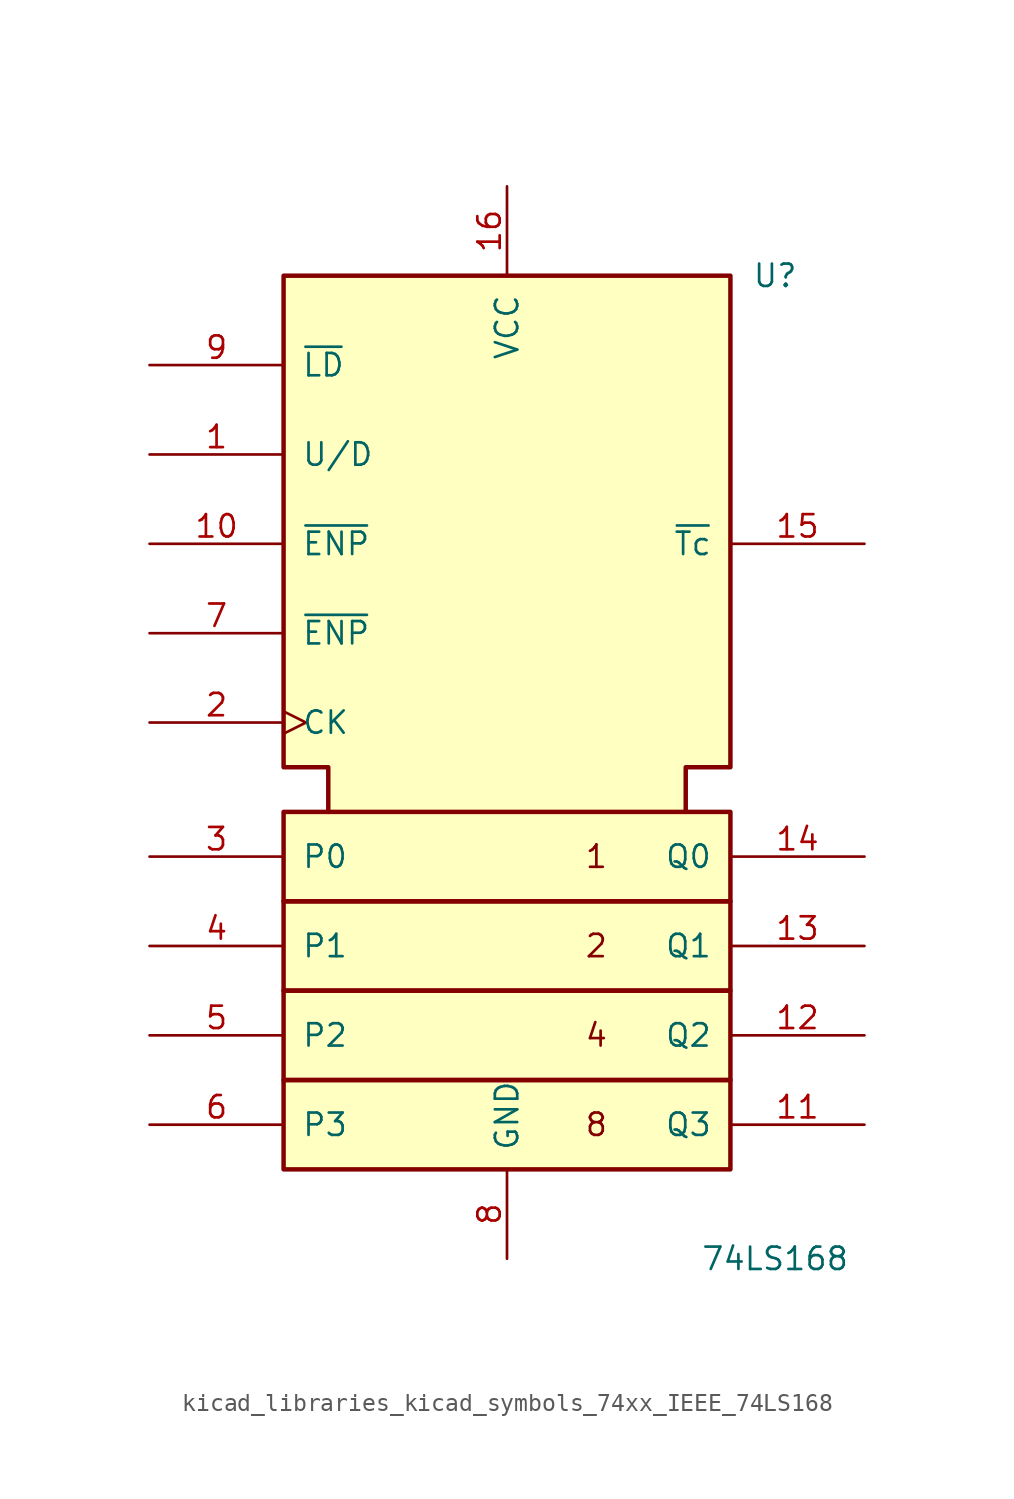
<source format=kicad_sym>
(kicad_symbol_lib
  (version 20220914)
  (generator kicad_symbol_editor)
  (symbol "kicad_libraries_kicad_symbols_74xx_IEEE_74LS168"
    (pin_names
      (offset 1.016))
    (property "Reference" "U"
      (at 15.24 27.94 0)
      (effects (font (size 1.27 1.27))))
    (property "Value" "74LS168"
      (at 15.24 -27.94 0)
      (effects (font (size 1.27 1.27))))
    (symbol "kicad_libraries_kicad_symbols_74xx_IEEE_74LS168_0_0"
      (rectangle (start -12.7 -17.78) (end 12.7 -22.86) (stroke (width 0.254) (type default)) (fill (type background)))
      (rectangle (start -12.7 -12.7) (end 12.7 -17.78) (stroke (width 0.254) (type default)) (fill (type background)))
      (rectangle (start -12.7 -7.62) (end 12.7 -12.7) (stroke (width 0.254) (type default)) (fill (type background)))
      (rectangle (start -12.7 -2.54) (end 12.7 -7.62) (stroke (width 0.254) (type default)) (fill (type background)))
      (polyline (pts (xy -10.16 -2.54) (xy -10.16 0) (xy -12.7 0) (xy -12.7 27.94) (xy 12.7 27.94) (xy 12.7 0) (xy 10.16 0) (xy 10.16 -2.54) (xy 10.16 -2.54)) (stroke (width 0.254) (type default)) (fill (type background)))
      (text "1" (at 5.08 -5.08 0) (effects (font (size 1.27 1.27))))
      (text "2" (at 5.08 -10.16 0) (effects (font (size 1.27 1.27))))
      (text "4" (at 5.08 -15.24 0) (effects (font (size 1.27 1.27))))
      (text "8" (at 5.08 -20.32 0) (effects (font (size 1.27 1.27))))
      (pin power_in line (at 0 33.02 270) (length 5.08) (name "VCC" (effects (font (size 1.27 1.27)))) (number "16" (effects (font (size 1.27 1.27)))))
      (pin power_in line (at 0 -27.94 90) (length 5.08) (name "GND" (effects (font (size 1.27 1.27)))) (number "8" (effects (font (size 1.27 1.27))))))
    (symbol "kicad_libraries_kicad_symbols_74xx_IEEE_74LS168_1_1"
      (pin input line (at -20.32 17.78 0) (length 7.62) (name "U/D" (effects (font (size 1.27 1.27)))) (number "1" (effects (font (size 1.27 1.27)))))
      (pin input line (at -20.32 12.7 0) (length 7.62) (name "~{ENP}" (effects (font (size 1.27 1.27)))) (number "10" (effects (font (size 1.27 1.27)))))
      (pin output line (at 20.32 -20.32 180) (length 7.62) (name "Q3" (effects (font (size 1.27 1.27)))) (number "11" (effects (font (size 1.27 1.27)))))
      (pin output line (at 20.32 -15.24 180) (length 7.62) (name "Q2" (effects (font (size 1.27 1.27)))) (number "12" (effects (font (size 1.27 1.27)))))
      (pin output line (at 20.32 -10.16 180) (length 7.62) (name "Q1" (effects (font (size 1.27 1.27)))) (number "13" (effects (font (size 1.27 1.27)))))
      (pin output line (at 20.32 -5.08 180) (length 7.62) (name "Q0" (effects (font (size 1.27 1.27)))) (number "14" (effects (font (size 1.27 1.27)))))
      (pin output line (at 20.32 12.7 180) (length 7.62) (name "~{Tc}" (effects (font (size 1.27 1.27)))) (number "15" (effects (font (size 1.27 1.27)))))
      (pin input clock (at -20.32 2.54 0) (length 7.62) (name "CK" (effects (font (size 1.27 1.27)))) (number "2" (effects (font (size 1.27 1.27)))))
      (pin input line (at -20.32 -5.08 0) (length 7.62) (name "P0" (effects (font (size 1.27 1.27)))) (number "3" (effects (font (size 1.27 1.27)))))
      (pin input line (at -20.32 -10.16 0) (length 7.62) (name "P1" (effects (font (size 1.27 1.27)))) (number "4" (effects (font (size 1.27 1.27)))))
      (pin input line (at -20.32 -15.24 0) (length 7.62) (name "P2" (effects (font (size 1.27 1.27)))) (number "5" (effects (font (size 1.27 1.27)))))
      (pin input line (at -20.32 -20.32 0) (length 7.62) (name "P3" (effects (font (size 1.27 1.27)))) (number "6" (effects (font (size 1.27 1.27)))))
      (pin input line (at -20.32 7.62 0) (length 7.62) (name "~{ENP}" (effects (font (size 1.27 1.27)))) (number "7" (effects (font (size 1.27 1.27)))))
      (pin input line (at -20.32 22.86 0) (length 7.62) (name "~{LD}" (effects (font (size 1.27 1.27)))) (number "9" (effects (font (size 1.27 1.27))))))))
</source>
